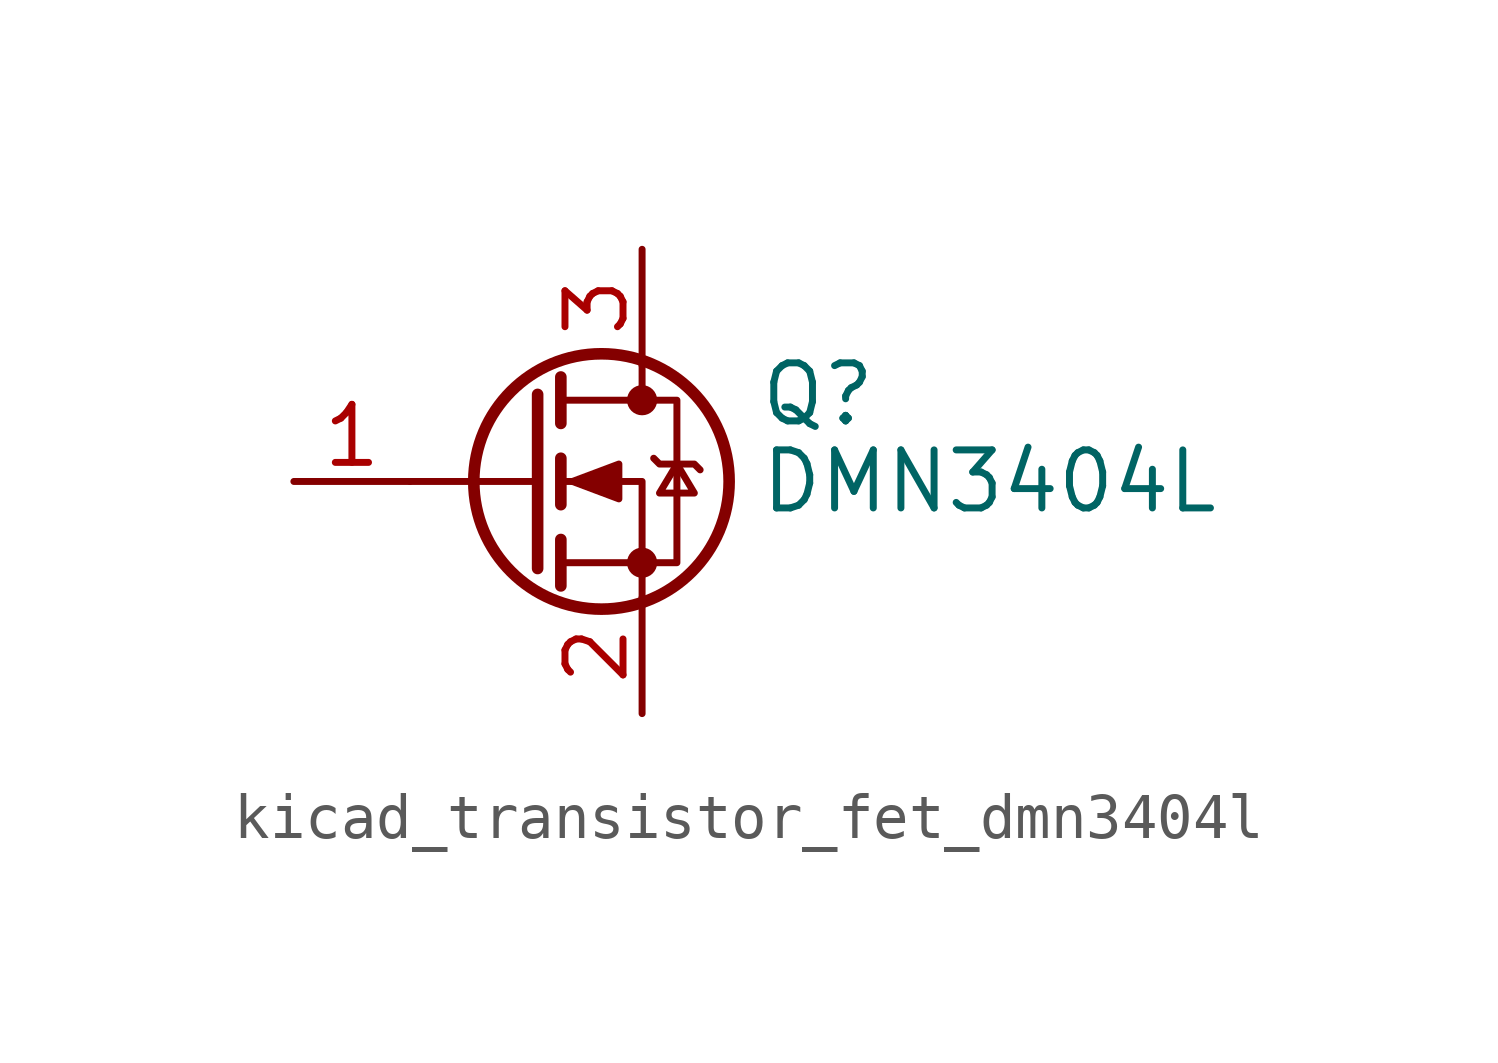
<source format=kicad_sym>
(kicad_symbol_lib
  (version 20220914)
  (generator kicad_symbol_editor)
  (symbol "kicad_transistor_fet_dmn3404l"
    (pin_names hide)
    (property "Reference" "Q"
      (at 5.08 1.905 0)
      (effects (font (size 1.27 1.27)) (justify left)))
    (property "Value" "DMN3404L"
      (at 5.08 0 0)
      (effects (font (size 1.27 1.27)) (justify left)))
    (symbol "kicad_transistor_fet_dmn3404l_0_1"
      (polyline (pts (xy 0.254 0) (xy -2.54 0)) (stroke (width 0) (type default)) (fill (type none)))
      (polyline (pts (xy 0.254 1.905) (xy 0.254 -1.905)) (stroke (width 0.254) (type default)) (fill (type none)))
      (polyline (pts (xy 0.762 -1.27) (xy 0.762 -2.286)) (stroke (width 0.254) (type default)) (fill (type none)))
      (polyline (pts (xy 0.762 0.508) (xy 0.762 -0.508)) (stroke (width 0.254) (type default)) (fill (type none)))
      (polyline (pts (xy 0.762 2.286) (xy 0.762 1.27)) (stroke (width 0.254) (type default)) (fill (type none)))
      (polyline (pts (xy 2.54 2.54) (xy 2.54 1.778)) (stroke (width 0) (type default)) (fill (type none)))
      (polyline (pts (xy 2.54 -2.54) (xy 2.54 0) (xy 0.762 0)) (stroke (width 0) (type default)) (fill (type none)))
      (polyline (pts (xy 0.762 -1.778) (xy 3.302 -1.778) (xy 3.302 1.778) (xy 0.762 1.778)) (stroke (width 0) (type default)) (fill (type none)))
      (polyline (pts (xy 1.016 0) (xy 2.032 0.381) (xy 2.032 -0.381) (xy 1.016 0)) (stroke (width 0) (type default)) (fill (type outline)))
      (polyline (pts (xy 2.794 0.508) (xy 2.921 0.381) (xy 3.683 0.381) (xy 3.81 0.254)) (stroke (width 0) (type default)) (fill (type none)))
      (polyline (pts (xy 3.302 0.381) (xy 2.921 -0.254) (xy 3.683 -0.254) (xy 3.302 0.381)) (stroke (width 0) (type default)) (fill (type none)))
      (circle (center 1.651 0) (radius 2.794) (stroke (width 0.254) (type default)) (fill (type none)))
      (circle (center 2.54 -1.778) (radius 0.254) (stroke (width 0) (type default)) (fill (type outline)))
      (circle (center 2.54 1.778) (radius 0.254) (stroke (width 0) (type default)) (fill (type outline))))
    (symbol "kicad_transistor_fet_dmn3404l_1_1"
      (pin input line (at -5.08 0 0) (length 2.54) (name "G" (effects (font (size 1.27 1.27)))) (number "1" (effects (font (size 1.27 1.27)))))
      (pin passive line (at 2.54 -5.08 90) (length 2.54) (name "S" (effects (font (size 1.27 1.27)))) (number "2" (effects (font (size 1.27 1.27)))))
      (pin passive line (at 2.54 5.08 270) (length 2.54) (name "D" (effects (font (size 1.27 1.27)))) (number "3" (effects (font (size 1.27 1.27))))))))
</source>
